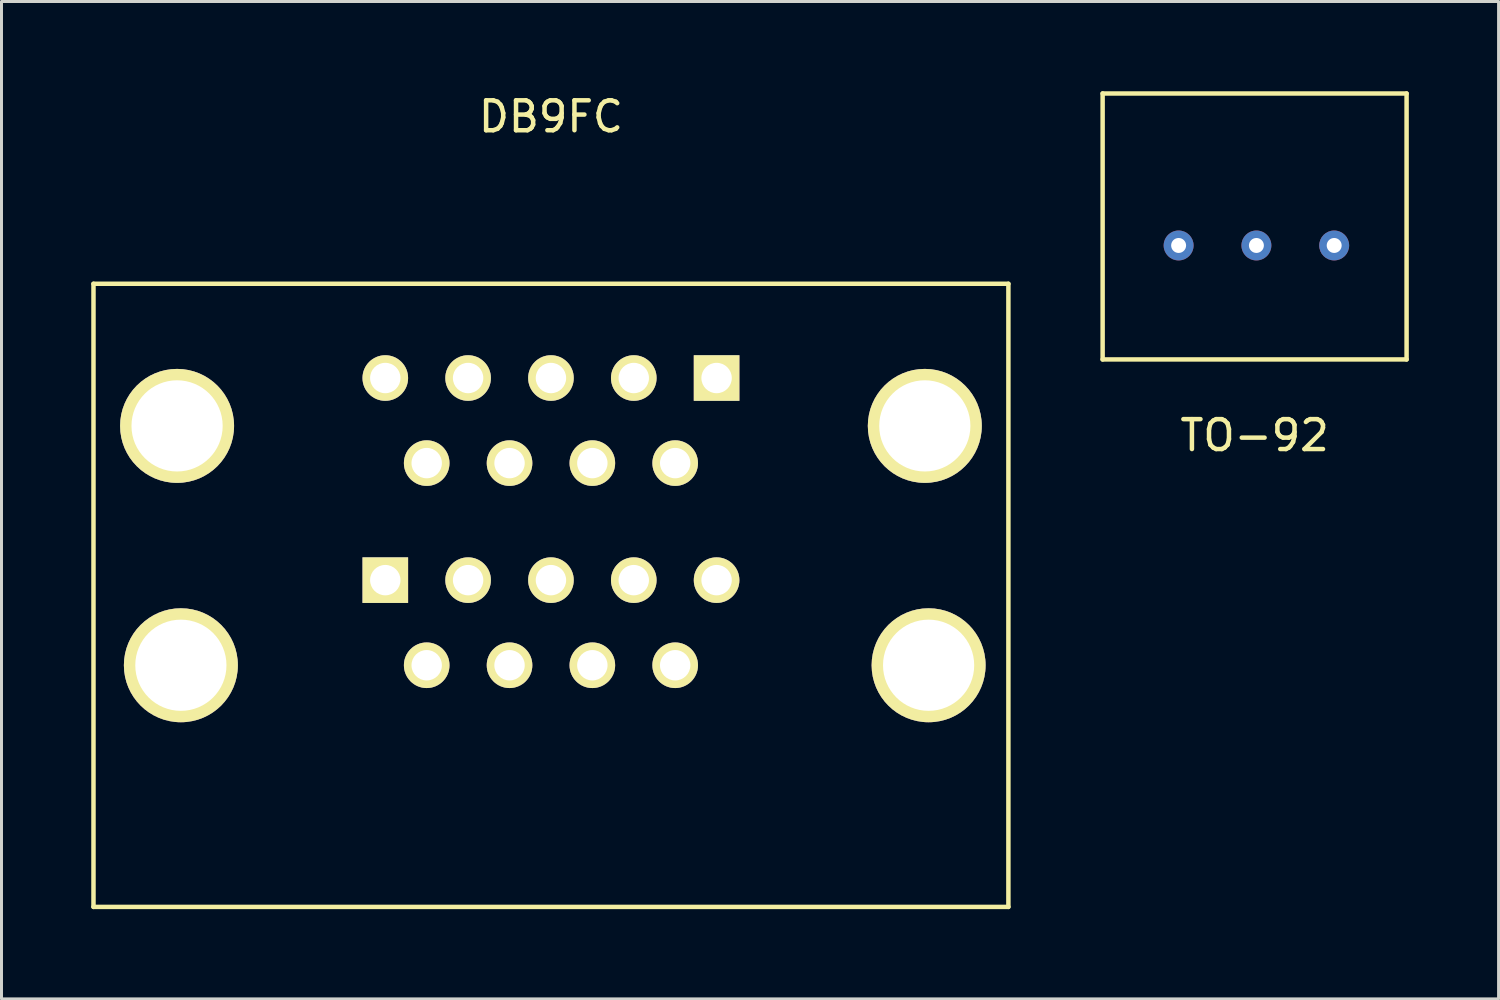
<source format=kicad_pcb>
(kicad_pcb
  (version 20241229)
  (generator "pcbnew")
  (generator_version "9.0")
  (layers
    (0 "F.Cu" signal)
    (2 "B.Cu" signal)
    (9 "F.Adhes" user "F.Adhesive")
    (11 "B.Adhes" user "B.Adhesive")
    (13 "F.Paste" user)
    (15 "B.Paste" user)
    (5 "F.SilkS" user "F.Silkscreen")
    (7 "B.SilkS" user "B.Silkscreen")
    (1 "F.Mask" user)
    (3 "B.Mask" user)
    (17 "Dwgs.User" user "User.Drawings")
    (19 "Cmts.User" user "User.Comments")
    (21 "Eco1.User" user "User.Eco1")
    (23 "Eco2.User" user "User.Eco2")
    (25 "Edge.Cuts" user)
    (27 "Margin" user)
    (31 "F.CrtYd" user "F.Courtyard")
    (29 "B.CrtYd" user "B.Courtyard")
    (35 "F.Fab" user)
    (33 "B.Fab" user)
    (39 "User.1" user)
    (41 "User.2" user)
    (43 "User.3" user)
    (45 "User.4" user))
  (footprint "DB9FC"
    (layer "F.Cu")
    (at 15.366 11.008)
    (property "Reference" "DB9FC" (at 0 -10.16 0) (layer "F.SilkS") (effects (font (size 1 1) (thickness 0.15))))
    (attr through_hole)
    (fp_line (start -15.291 16.256) (end -15.291 -4.572) (stroke (width 0.15) (type solid)) (layer "F.SilkS"))
    (fp_line (start -15.291 16.256) (end 15.291 16.256) (stroke (width 0.15) (type solid)) (layer "F.SilkS"))
    (fp_line (start 15.291 -4.572) (end -15.291 -4.572) (stroke (width 0.15) (type solid)) (layer "F.SilkS"))
    (fp_line (start 15.291 16.256) (end 15.291 -4.572) (stroke (width 0.15) (type solid)) (layer "F.SilkS"))
    (pad "" thru_hole circle (at -12.497 0.178) (size 3.81 3.81) (drill 3.048) (layers "*.Cu" "*.Mask" "F.SilkS"))
    (pad "" thru_hole circle (at -12.37 8.179 180) (size 3.81 3.81) (drill 3.048) (layers "*.Cu" "*.Mask" "F.SilkS"))
    (pad "" thru_hole circle (at 12.497 0.178) (size 3.81 3.81) (drill 3.048) (layers "*.Cu" "*.Mask" "F.SilkS"))
    (pad "" thru_hole circle (at 12.624 8.179 180) (size 3.81 3.81) (drill 3.048) (layers "*.Cu" "*.Mask" "F.SilkS"))
    (pad "1" thru_hole rect (at -5.537 5.334) (size 1.524 1.524) (drill 1.016) (layers "*.Cu" "*.Mask" "F.SilkS"))
    (pad "2" thru_hole circle (at -2.769 5.334) (size 1.524 1.524) (drill 1.016) (layers "*.Cu" "*.Mask" "F.SilkS"))
    (pad "3" thru_hole circle (at 0 5.334) (size 1.524 1.524) (drill 1.016) (layers "*.Cu" "*.Mask" "F.SilkS"))
    (pad "4" thru_hole circle (at 2.769 5.334) (size 1.524 1.524) (drill 1.016) (layers "*.Cu" "*.Mask" "F.SilkS"))
    (pad "5" thru_hole circle (at 5.537 5.334) (size 1.524 1.524) (drill 1.016) (layers "*.Cu" "*.Mask" "F.SilkS"))
    (pad "6" thru_hole circle (at -4.153 8.179) (size 1.524 1.524) (drill 1.016) (layers "*.Cu" "*.Mask" "F.SilkS"))
    (pad "7" thru_hole circle (at -1.384 8.179) (size 1.524 1.524) (drill 1.016) (layers "*.Cu" "*.Mask" "F.SilkS"))
    (pad "8" thru_hole circle (at 1.384 8.179) (size 1.524 1.524) (drill 1.016) (layers "*.Cu" "*.Mask" "F.SilkS"))
    (pad "9" thru_hole circle (at 4.153 8.179) (size 1.524 1.524) (drill 1.016) (layers "*.Cu" "*.Mask" "F.SilkS"))
    (pad "10" thru_hole rect (at 5.537 -1.422 180) (size 1.524 1.524) (drill 1.016) (layers "*.Cu" "*.Mask" "F.SilkS"))
    (pad "11" thru_hole circle (at 2.769 -1.422 180) (size 1.524 1.524) (drill 1.016) (layers "*.Cu" "*.Mask" "F.SilkS"))
    (pad "12" thru_hole circle (at 0 -1.422 180) (size 1.524 1.524) (drill 1.016) (layers "*.Cu" "*.Mask" "F.SilkS"))
    (pad "13" thru_hole circle (at -2.769 -1.422 180) (size 1.524 1.524) (drill 1.016) (layers "*.Cu" "*.Mask" "F.SilkS"))
    (pad "14" thru_hole circle (at -5.537 -1.422 180) (size 1.524 1.524) (drill 1.016) (layers "*.Cu" "*.Mask" "F.SilkS"))
    (pad "15" thru_hole circle (at 4.153 1.422 180) (size 1.524 1.524) (drill 1.016) (layers "*.Cu" "*.Mask" "F.SilkS"))
    (pad "16" thru_hole circle (at 1.384 1.422 180) (size 1.524 1.524) (drill 1.016) (layers "*.Cu" "*.Mask" "F.SilkS"))
    (pad "17" thru_hole circle (at -1.384 1.422 180) (size 1.524 1.524) (drill 1.016) (layers "*.Cu" "*.Mask" "F.SilkS"))
    (pad "18" thru_hole circle (at -4.153 1.422 180) (size 1.524 1.524) (drill 1.016) (layers "*.Cu" "*.Mask" "F.SilkS")))
  (footprint "TO-92"
    (layer "F.Cu")
    (at 36.347 5.155)
    (property "Reference" "TO-92" (at 2.54 6.35 0) (layer "F.SilkS") (effects (font (size 1 1) (thickness 0.15))))
    (attr through_hole)
    (fp_line (start -2.54 -5.08) (end 7.62 -5.08) (stroke (width 0.15) (type solid)) (layer "F.SilkS"))
    (fp_line (start -2.54 3.81) (end -2.54 -5.08) (stroke (width 0.15) (type solid)) (layer "F.SilkS"))
    (fp_line (start 7.62 -5.08) (end 7.62 3.81) (stroke (width 0.15) (type solid)) (layer "F.SilkS"))
    (fp_line (start 7.62 3.81) (end -2.54 3.81) (stroke (width 0.15) (type solid)) (layer "F.SilkS"))
    (pad "1" thru_hole circle (at 0 0) (size 1 1) (drill 0.5) (layers "*.Cu" "*.Mask"))
    (pad "2" thru_hole circle (at 2.6 0) (size 1 1) (drill 0.5) (layers "*.Cu" "*.Mask"))
    (pad "3" thru_hole circle (at 5.2 0) (size 1 1) (drill 0.5) (layers "*.Cu" "*.Mask")))
  (gr_rect
    (start -3 -3)
    (end 47.042 30.339)
    (stroke (width 0.1) (type default))
    (fill no)
    (layer "Edge.Cuts")))
</source>
